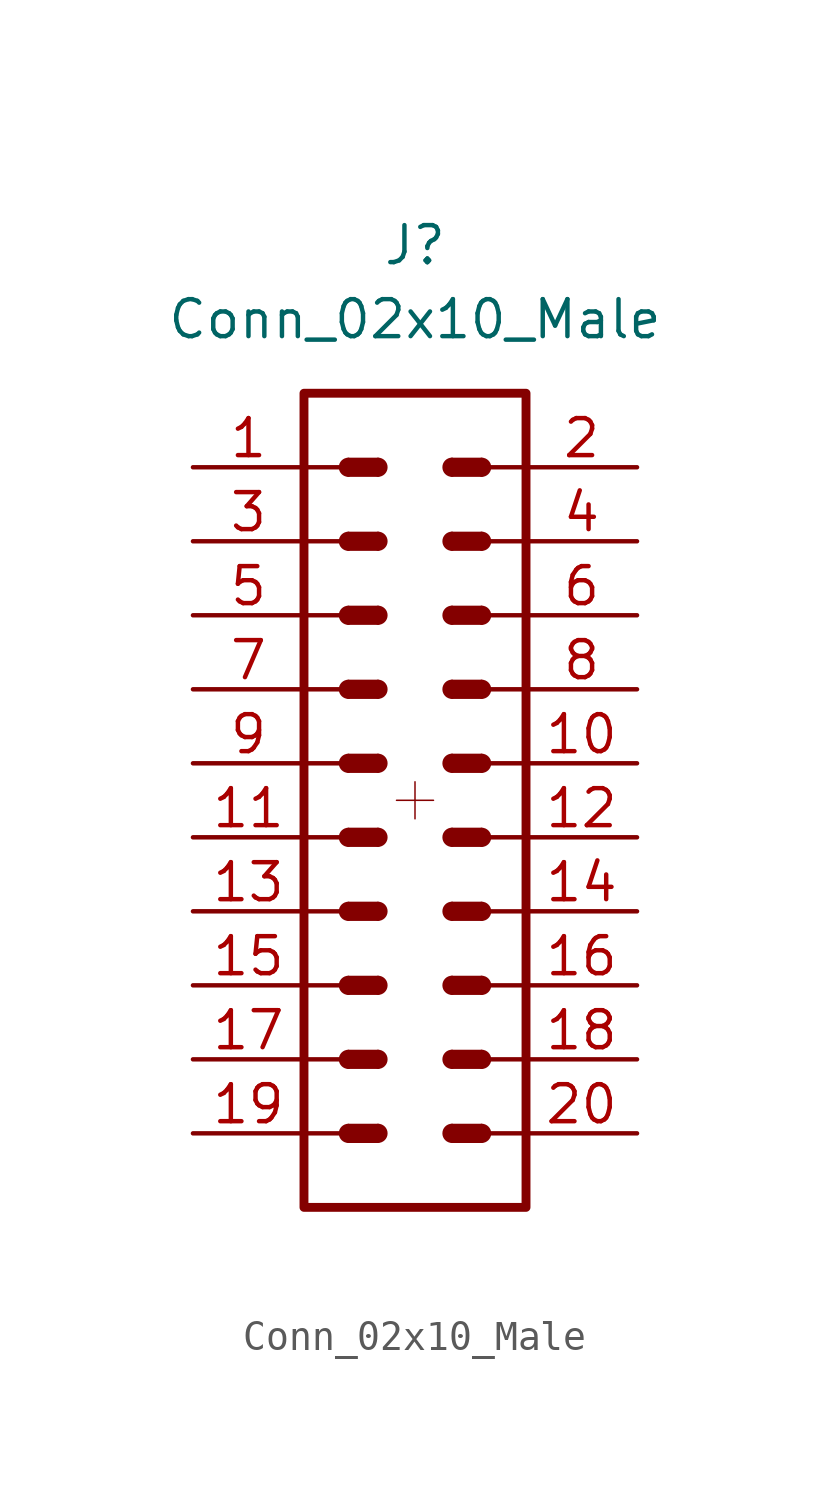
<source format=kicad_sym>
(kicad_symbol_lib
  (version 20211014)
  (generator kicad_symbol_editor)
  (symbol "Conn_02x10_Male"
    (pin_names
      (offset 1.016) hide)
    (property "Reference" "J"
      (at 0 17.78 0)
      (effects (font (size 1.27 1.27))))
    (property "Value" "Conn_02x10_Male"
      (at 0 15.24 0)
      (effects (font (size 1.27 1.27))))
    (symbol "Conn_02x10_Male_0_1"
      (rectangle (start -3.81 -12.7) (end -2.54 -12.7) (stroke (width 0.152) (type default) (color 0 0 0 0)) (fill (type none)))
      (rectangle (start -3.81 -10.16) (end -2.54 -10.16) (stroke (width 0.152) (type default) (color 0 0 0 0)) (fill (type none)))
      (rectangle (start -3.81 -7.62) (end -2.54 -7.62) (stroke (width 0.152) (type default) (color 0 0 0 0)) (fill (type none)))
      (rectangle (start -3.81 -5.08) (end -2.54 -5.08) (stroke (width 0.152) (type default) (color 0 0 0 0)) (fill (type none)))
      (rectangle (start -3.81 -2.54) (end -2.54 -2.54) (stroke (width 0.152) (type default) (color 0 0 0 0)) (fill (type none)))
      (rectangle (start -3.81 0) (end -2.54 0) (stroke (width 0.152) (type default) (color 0 0 0 0)) (fill (type none)))
      (rectangle (start -3.81 2.54) (end -2.54 2.54) (stroke (width 0.152) (type default) (color 0 0 0 0)) (fill (type none)))
      (rectangle (start -3.81 5.08) (end -2.54 5.08) (stroke (width 0.152) (type default) (color 0 0 0 0)) (fill (type none)))
      (rectangle (start -3.81 7.62) (end -2.54 7.62) (stroke (width 0.152) (type default) (color 0 0 0 0)) (fill (type none)))
      (rectangle (start -3.81 10.16) (end -2.54 10.16) (stroke (width 0.152) (type default) (color 0 0 0 0)) (fill (type none)))
      (rectangle (start -3.81 12.7) (end 3.81 -15.24) (stroke (width 0.305) (type default) (color 0 0 0 0)) (fill (type none))))
    (symbol "Conn_02x10_Male_1_1"
      (arc (start -2.286 -12.446) (mid -2.54 -12.7) (end -2.286 -12.954) (stroke (width 0) (type default) (color 0 0 0 0)) (fill (type outline)))
      (rectangle (start -2.286 -12.446) (end -1.27 -12.954) (stroke (width 0) (type default) (color 0 0 0 0)) (fill (type outline)))
      (arc (start -2.286 -9.906) (mid -2.54 -10.16) (end -2.286 -10.414) (stroke (width 0) (type default) (color 0 0 0 0)) (fill (type outline)))
      (rectangle (start -2.286 -9.906) (end -1.27 -10.414) (stroke (width 0) (type default) (color 0 0 0 0)) (fill (type outline)))
      (arc (start -2.286 -7.366) (mid -2.54 -7.62) (end -2.286 -7.874) (stroke (width 0) (type default) (color 0 0 0 0)) (fill (type outline)))
      (rectangle (start -2.286 -7.366) (end -1.27 -7.874) (stroke (width 0) (type default) (color 0 0 0 0)) (fill (type outline)))
      (arc (start -2.286 -4.826) (mid -2.54 -5.08) (end -2.286 -5.334) (stroke (width 0) (type default) (color 0 0 0 0)) (fill (type outline)))
      (rectangle (start -2.286 -4.826) (end -1.27 -5.334) (stroke (width 0) (type default) (color 0 0 0 0)) (fill (type outline)))
      (arc (start -2.286 -2.286) (mid -2.54 -2.54) (end -2.286 -2.794) (stroke (width 0) (type default) (color 0 0 0 0)) (fill (type outline)))
      (rectangle (start -2.286 -2.286) (end -1.27 -2.794) (stroke (width 0) (type default) (color 0 0 0 0)) (fill (type outline)))
      (arc (start -2.286 0.254) (mid -2.54 0) (end -2.286 -0.254) (stroke (width 0) (type default) (color 0 0 0 0)) (fill (type outline)))
      (rectangle (start -2.286 0.254) (end -1.27 -0.254) (stroke (width 0) (type default) (color 0 0 0 0)) (fill (type outline)))
      (arc (start -2.286 2.794) (mid -2.54 2.54) (end -2.286 2.286) (stroke (width 0) (type default) (color 0 0 0 0)) (fill (type outline)))
      (rectangle (start -2.286 2.794) (end -1.27 2.286) (stroke (width 0) (type default) (color 0 0 0 0)) (fill (type outline)))
      (arc (start -2.286 5.334) (mid -2.54 5.08) (end -2.286 4.826) (stroke (width 0) (type default) (color 0 0 0 0)) (fill (type outline)))
      (rectangle (start -2.286 5.334) (end -1.27 4.826) (stroke (width 0) (type default) (color 0 0 0 0)) (fill (type outline)))
      (arc (start -2.286 7.874) (mid -2.54 7.62) (end -2.286 7.366) (stroke (width 0) (type default) (color 0 0 0 0)) (fill (type outline)))
      (rectangle (start -2.286 7.874) (end -1.27 7.366) (stroke (width 0) (type default) (color 0 0 0 0)) (fill (type outline)))
      (arc (start -2.286 10.414) (mid -2.54 10.16) (end -2.286 9.906) (stroke (width 0) (type default) (color 0 0 0 0)) (fill (type outline)))
      (rectangle (start -2.286 10.414) (end -1.27 9.906) (stroke (width 0) (type default) (color 0 0 0 0)) (fill (type outline)))
      (arc (start -1.27 -12.954) (mid -1.016 -12.7) (end -1.27 -12.446) (stroke (width 0) (type default) (color 0 0 0 0)) (fill (type outline)))
      (arc (start -1.27 -10.414) (mid -1.016 -10.16) (end -1.27 -9.906) (stroke (width 0) (type default) (color 0 0 0 0)) (fill (type outline)))
      (arc (start -1.27 -7.874) (mid -1.016 -7.62) (end -1.27 -7.366) (stroke (width 0) (type default) (color 0 0 0 0)) (fill (type outline)))
      (arc (start -1.27 -5.334) (mid -1.016 -5.08) (end -1.27 -4.826) (stroke (width 0) (type default) (color 0 0 0 0)) (fill (type outline)))
      (arc (start -1.27 -2.794) (mid -1.016 -2.54) (end -1.27 -2.286) (stroke (width 0) (type default) (color 0 0 0 0)) (fill (type outline)))
      (arc (start -1.27 -0.254) (mid -1.016 0) (end -1.27 0.254) (stroke (width 0) (type default) (color 0 0 0 0)) (fill (type outline)))
      (arc (start -1.27 2.286) (mid -1.016 2.54) (end -1.27 2.794) (stroke (width 0) (type default) (color 0 0 0 0)) (fill (type outline)))
      (arc (start -1.27 4.826) (mid -1.016 5.08) (end -1.27 5.334) (stroke (width 0) (type default) (color 0 0 0 0)) (fill (type outline)))
      (arc (start -1.27 7.366) (mid -1.016 7.62) (end -1.27 7.874) (stroke (width 0) (type default) (color 0 0 0 0)) (fill (type outline)))
      (arc (start -1.27 9.906) (mid -1.016 10.16) (end -1.27 10.414) (stroke (width 0) (type default) (color 0 0 0 0)) (fill (type outline)))
      (polyline (pts (xy -0.635 -1.27) (xy 0.635 -1.27)) (stroke (width 0.051) (type default) (color 0 0 0 0)) (fill (type none)))
      (polyline (pts (xy 0 -0.635) (xy 0 -1.905)) (stroke (width 0.051) (type default) (color 0 0 0 0)) (fill (type none)))
      (arc (start 1.27 -12.446) (mid 1.016 -12.7) (end 1.27 -12.954) (stroke (width 0) (type default) (color 0 0 0 0)) (fill (type outline)))
      (rectangle (start 1.27 -12.446) (end 2.286 -12.954) (stroke (width 0) (type default) (color 0 0 0 0)) (fill (type outline)))
      (arc (start 1.27 -9.906) (mid 1.016 -10.16) (end 1.27 -10.414) (stroke (width 0) (type default) (color 0 0 0 0)) (fill (type outline)))
      (rectangle (start 1.27 -9.906) (end 2.286 -10.414) (stroke (width 0) (type default) (color 0 0 0 0)) (fill (type outline)))
      (arc (start 1.27 -7.366) (mid 1.016 -7.62) (end 1.27 -7.874) (stroke (width 0) (type default) (color 0 0 0 0)) (fill (type outline)))
      (rectangle (start 1.27 -7.366) (end 2.286 -7.874) (stroke (width 0) (type default) (color 0 0 0 0)) (fill (type outline)))
      (arc (start 1.27 -4.826) (mid 1.016 -5.08) (end 1.27 -5.334) (stroke (width 0) (type default) (color 0 0 0 0)) (fill (type outline)))
      (rectangle (start 1.27 -4.826) (end 2.286 -5.334) (stroke (width 0) (type default) (color 0 0 0 0)) (fill (type outline)))
      (arc (start 1.27 -2.286) (mid 1.016 -2.54) (end 1.27 -2.794) (stroke (width 0) (type default) (color 0 0 0 0)) (fill (type outline)))
      (rectangle (start 1.27 -2.286) (end 2.286 -2.794) (stroke (width 0) (type default) (color 0 0 0 0)) (fill (type outline)))
      (arc (start 1.27 0.254) (mid 1.016 0) (end 1.27 -0.254) (stroke (width 0) (type default) (color 0 0 0 0)) (fill (type outline)))
      (rectangle (start 1.27 0.254) (end 2.286 -0.254) (stroke (width 0) (type default) (color 0 0 0 0)) (fill (type outline)))
      (arc (start 1.27 2.794) (mid 1.016 2.54) (end 1.27 2.286) (stroke (width 0) (type default) (color 0 0 0 0)) (fill (type outline)))
      (rectangle (start 1.27 2.794) (end 2.286 2.286) (stroke (width 0) (type default) (color 0 0 0 0)) (fill (type outline)))
      (arc (start 1.27 5.334) (mid 1.016 5.08) (end 1.27 4.826) (stroke (width 0) (type default) (color 0 0 0 0)) (fill (type outline)))
      (rectangle (start 1.27 5.334) (end 2.286 4.826) (stroke (width 0) (type default) (color 0 0 0 0)) (fill (type outline)))
      (arc (start 1.27 7.874) (mid 1.016 7.62) (end 1.27 7.366) (stroke (width 0) (type default) (color 0 0 0 0)) (fill (type outline)))
      (rectangle (start 1.27 7.874) (end 2.286 7.366) (stroke (width 0) (type default) (color 0 0 0 0)) (fill (type outline)))
      (arc (start 1.27 10.414) (mid 1.016 10.16) (end 1.27 9.906) (stroke (width 0) (type default) (color 0 0 0 0)) (fill (type outline)))
      (rectangle (start 1.27 10.414) (end 2.286 9.906) (stroke (width 0) (type default) (color 0 0 0 0)) (fill (type outline)))
      (arc (start 2.286 -12.954) (mid 2.54 -12.7) (end 2.286 -12.446) (stroke (width 0) (type default) (color 0 0 0 0)) (fill (type outline)))
      (arc (start 2.286 -10.414) (mid 2.54 -10.16) (end 2.286 -9.906) (stroke (width 0) (type default) (color 0 0 0 0)) (fill (type outline)))
      (arc (start 2.286 -7.874) (mid 2.54 -7.62) (end 2.286 -7.366) (stroke (width 0) (type default) (color 0 0 0 0)) (fill (type outline)))
      (arc (start 2.286 -5.334) (mid 2.54 -5.08) (end 2.286 -4.826) (stroke (width 0) (type default) (color 0 0 0 0)) (fill (type outline)))
      (arc (start 2.286 -2.794) (mid 2.54 -2.54) (end 2.286 -2.286) (stroke (width 0) (type default) (color 0 0 0 0)) (fill (type outline)))
      (arc (start 2.286 -0.254) (mid 2.54 0) (end 2.286 0.254) (stroke (width 0) (type default) (color 0 0 0 0)) (fill (type outline)))
      (arc (start 2.286 2.286) (mid 2.54 2.54) (end 2.286 2.794) (stroke (width 0) (type default) (color 0 0 0 0)) (fill (type outline)))
      (arc (start 2.286 4.826) (mid 2.54 5.08) (end 2.286 5.334) (stroke (width 0) (type default) (color 0 0 0 0)) (fill (type outline)))
      (arc (start 2.286 7.366) (mid 2.54 7.62) (end 2.286 7.874) (stroke (width 0) (type default) (color 0 0 0 0)) (fill (type outline)))
      (arc (start 2.286 9.906) (mid 2.54 10.16) (end 2.286 10.414) (stroke (width 0) (type default) (color 0 0 0 0)) (fill (type outline)))
      (rectangle (start 3.81 -12.7) (end 2.54 -12.7) (stroke (width 0.152) (type default) (color 0 0 0 0)) (fill (type none)))
      (rectangle (start 3.81 -10.16) (end 2.54 -10.16) (stroke (width 0.152) (type default) (color 0 0 0 0)) (fill (type none)))
      (rectangle (start 3.81 -7.62) (end 2.54 -7.62) (stroke (width 0.152) (type default) (color 0 0 0 0)) (fill (type none)))
      (rectangle (start 3.81 -5.08) (end 2.54 -5.08) (stroke (width 0.152) (type default) (color 0 0 0 0)) (fill (type none)))
      (rectangle (start 3.81 -2.54) (end 2.54 -2.54) (stroke (width 0.152) (type default) (color 0 0 0 0)) (fill (type none)))
      (rectangle (start 3.81 0) (end 2.54 0) (stroke (width 0.152) (type default) (color 0 0 0 0)) (fill (type none)))
      (rectangle (start 3.81 2.54) (end 2.54 2.54) (stroke (width 0.152) (type default) (color 0 0 0 0)) (fill (type none)))
      (rectangle (start 3.81 5.08) (end 2.54 5.08) (stroke (width 0.152) (type default) (color 0 0 0 0)) (fill (type none)))
      (rectangle (start 3.81 7.62) (end 2.54 7.62) (stroke (width 0.152) (type default) (color 0 0 0 0)) (fill (type none)))
      (rectangle (start 3.81 10.16) (end 2.54 10.16) (stroke (width 0.152) (type default) (color 0 0 0 0)) (fill (type none)))
      (pin passive line (at -7.62 10.16 0) (length 3.81) (name "Pin_1" (effects (font (size 1.27 1.27)))) (number "1" (effects (font (size 1.27 1.27)))))
      (pin passive line (at 7.62 0 180) (length 3.81) (name "Pin_10" (effects (font (size 1.27 1.27)))) (number "10" (effects (font (size 1.27 1.27)))))
      (pin passive line (at -7.62 -2.54 0) (length 3.81) (name "Pin_11" (effects (font (size 1.27 1.27)))) (number "11" (effects (font (size 1.27 1.27)))))
      (pin passive line (at 7.62 -2.54 180) (length 3.81) (name "Pin_12" (effects (font (size 1.27 1.27)))) (number "12" (effects (font (size 1.27 1.27)))))
      (pin passive line (at -7.62 -5.08 0) (length 3.81) (name "Pin_13" (effects (font (size 1.27 1.27)))) (number "13" (effects (font (size 1.27 1.27)))))
      (pin passive line (at 7.62 -5.08 180) (length 3.81) (name "14" (effects (font (size 1.27 1.27)))) (number "14" (effects (font (size 1.27 1.27)))))
      (pin passive line (at -7.62 -7.62 0) (length 3.81) (name "15" (effects (font (size 1.27 1.27)))) (number "15" (effects (font (size 1.27 1.27)))))
      (pin passive line (at 7.62 -7.62 180) (length 3.81) (name "16" (effects (font (size 1.27 1.27)))) (number "16" (effects (font (size 1.27 1.27)))))
      (pin passive line (at -7.62 -10.16 0) (length 3.81) (name "17" (effects (font (size 1.27 1.27)))) (number "17" (effects (font (size 1.27 1.27)))))
      (pin passive line (at 7.62 -10.16 180) (length 3.81) (name "18" (effects (font (size 1.27 1.27)))) (number "18" (effects (font (size 1.27 1.27)))))
      (pin passive line (at -7.62 -12.7 0) (length 3.81) (name "19" (effects (font (size 1.27 1.27)))) (number "19" (effects (font (size 1.27 1.27)))))
      (pin passive line (at 7.62 10.16 180) (length 3.81) (name "Pin_2" (effects (font (size 1.27 1.27)))) (number "2" (effects (font (size 1.27 1.27)))))
      (pin passive line (at 7.62 -12.7 180) (length 3.81) (name "20" (effects (font (size 1.27 1.27)))) (number "20" (effects (font (size 1.27 1.27)))))
      (pin passive line (at -7.62 7.62 0) (length 3.81) (name "Pin_3" (effects (font (size 1.27 1.27)))) (number "3" (effects (font (size 1.27 1.27)))))
      (pin passive line (at 7.62 7.62 180) (length 3.81) (name "Pin_4" (effects (font (size 1.27 1.27)))) (number "4" (effects (font (size 1.27 1.27)))))
      (pin passive line (at -7.62 5.08 0) (length 3.81) (name "Pin_5" (effects (font (size 1.27 1.27)))) (number "5" (effects (font (size 1.27 1.27)))))
      (pin passive line (at 7.62 5.08 180) (length 3.81) (name "Pin_6" (effects (font (size 1.27 1.27)))) (number "6" (effects (font (size 1.27 1.27)))))
      (pin passive line (at -7.62 2.54 0) (length 3.81) (name "Pin_7" (effects (font (size 1.27 1.27)))) (number "7" (effects (font (size 1.27 1.27)))))
      (pin passive line (at 7.62 2.54 180) (length 3.81) (name "Pin_8" (effects (font (size 1.27 1.27)))) (number "8" (effects (font (size 1.27 1.27)))))
      (pin passive line (at -7.62 0 0) (length 3.81) (name "Pin_9" (effects (font (size 1.27 1.27)))) (number "9" (effects (font (size 1.27 1.27))))))))
</source>
